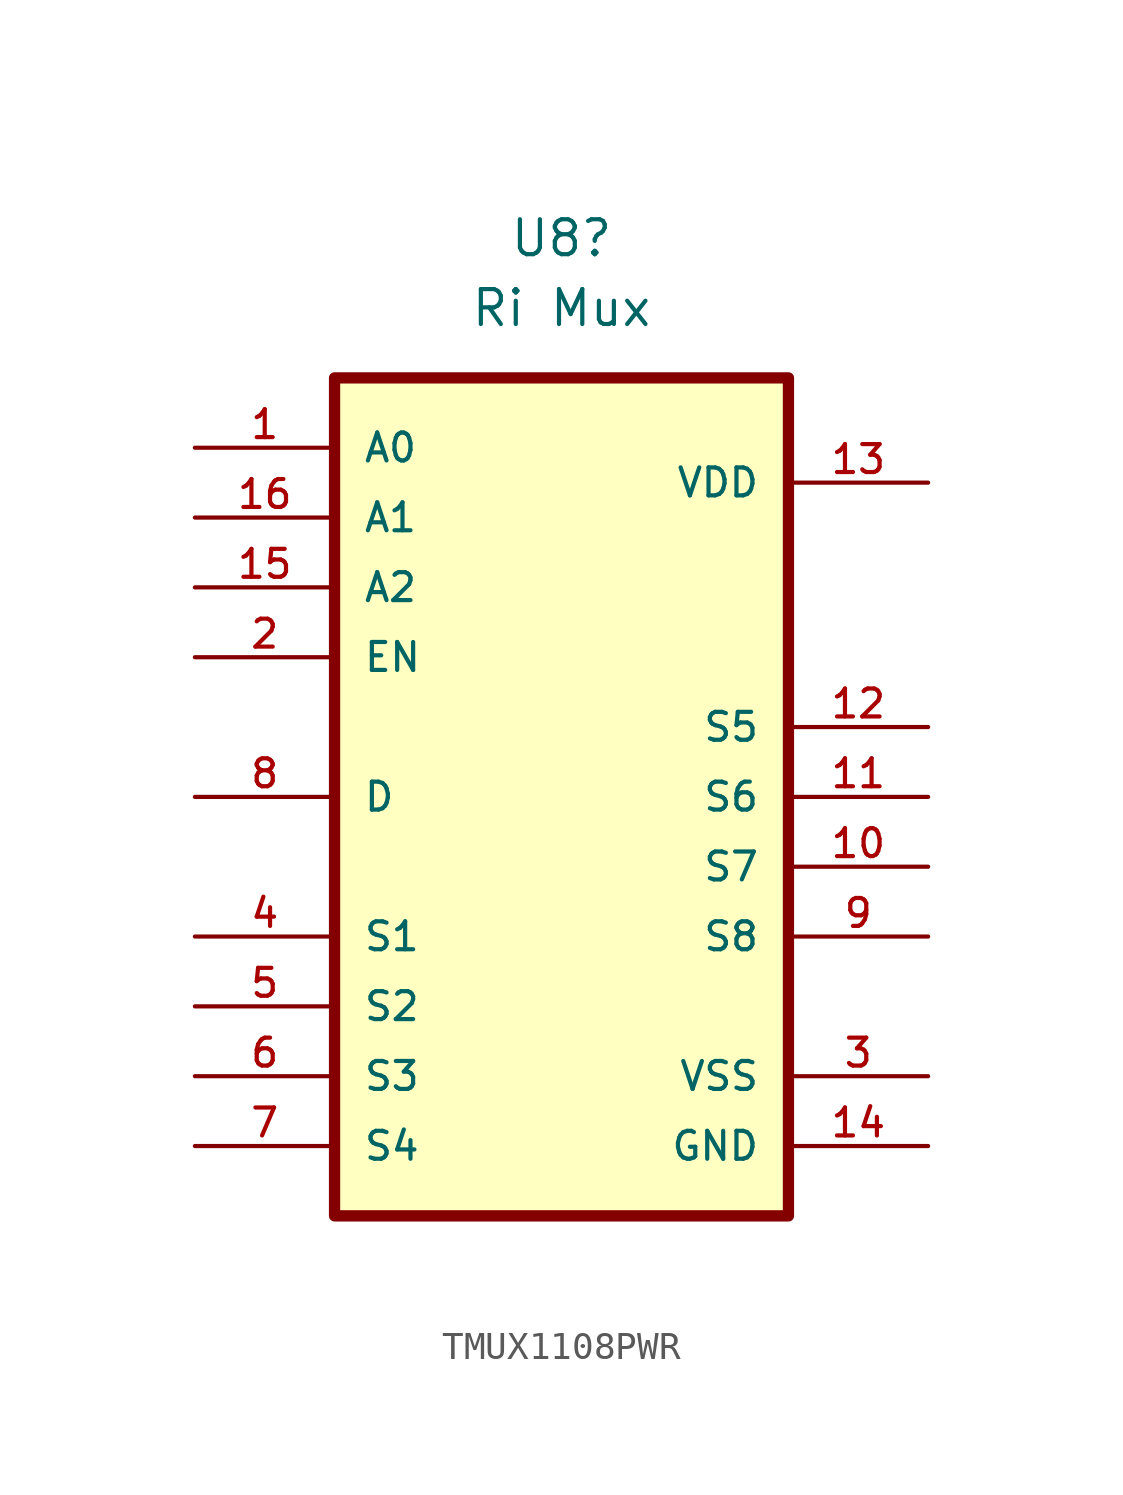
<source format=kicad_sym>
(kicad_symbol_lib
  (version 20231120)
  (generator "kicad_symbol_editor")
  (generator_version "8.0")
  (symbol "TMUX1108PWR"
    (pin_names
      (offset 1.016))
    (property "Reference" "U8"
      (at 0.635 20.32 0)
      (effects (font (size 1.27 1.27))))
    (property "Value" "Ri Mux"
      (at 0.635 17.78 0)
      (effects (font (size 1.27 1.27))))
    (symbol "TMUX1108PWR_0_0"
      (rectangle (start -7.62 15.24) (end 8.89 -15.24) (stroke (width 0.41) (type default)) (fill (type background)))
      (pin input line (at -12.7 12.7 0) (length 5.08) (name "A0" (effects (font (size 1.016 1.016)))) (number "1" (effects (font (size 1.016 1.016)))))
      (pin bidirectional line (at 13.97 -2.54 180) (length 5.08) (name "S7" (effects (font (size 1.016 1.016)))) (number "10" (effects (font (size 1.016 1.016)))))
      (pin bidirectional line (at 13.97 0 180) (length 5.08) (name "S6" (effects (font (size 1.016 1.016)))) (number "11" (effects (font (size 1.016 1.016)))))
      (pin bidirectional line (at 13.97 2.54 180) (length 5.08) (name "S5" (effects (font (size 1.016 1.016)))) (number "12" (effects (font (size 1.016 1.016)))))
      (pin power_in line (at 13.97 11.43 180) (length 5.08) (name "VDD" (effects (font (size 1.016 1.016)))) (number "13" (effects (font (size 1.016 1.016)))))
      (pin power_in line (at 13.97 -12.7 180) (length 5.08) (name "GND" (effects (font (size 1.016 1.016)))) (number "14" (effects (font (size 1.016 1.016)))))
      (pin input line (at -12.7 7.62 0) (length 5.08) (name "A2" (effects (font (size 1.016 1.016)))) (number "15" (effects (font (size 1.016 1.016)))))
      (pin input line (at -12.7 10.16 0) (length 5.08) (name "A1" (effects (font (size 1.016 1.016)))) (number "16" (effects (font (size 1.016 1.016)))))
      (pin input line (at -12.7 5.08 0) (length 5.08) (name "EN" (effects (font (size 1.016 1.016)))) (number "2" (effects (font (size 1.016 1.016)))))
      (pin power_in line (at 13.97 -10.16 180) (length 5.08) (name "VSS" (effects (font (size 1.016 1.016)))) (number "3" (effects (font (size 1.016 1.016)))))
      (pin bidirectional line (at -12.7 -5.08 0) (length 5.08) (name "S1" (effects (font (size 1.016 1.016)))) (number "4" (effects (font (size 1.016 1.016)))))
      (pin bidirectional line (at -12.7 -7.62 0) (length 5.08) (name "S2" (effects (font (size 1.016 1.016)))) (number "5" (effects (font (size 1.016 1.016)))))
      (pin bidirectional line (at -12.7 -10.16 0) (length 5.08) (name "S3" (effects (font (size 1.016 1.016)))) (number "6" (effects (font (size 1.016 1.016)))))
      (pin bidirectional line (at -12.7 -12.7 0) (length 5.08) (name "S4" (effects (font (size 1.016 1.016)))) (number "7" (effects (font (size 1.016 1.016)))))
      (pin bidirectional line (at -12.7 0 0) (length 5.08) (name "D" (effects (font (size 1.016 1.016)))) (number "8" (effects (font (size 1.016 1.016)))))
      (pin bidirectional line (at 13.97 -5.08 180) (length 5.08) (name "S8" (effects (font (size 1.016 1.016)))) (number "9" (effects (font (size 1.016 1.016))))))))
</source>
